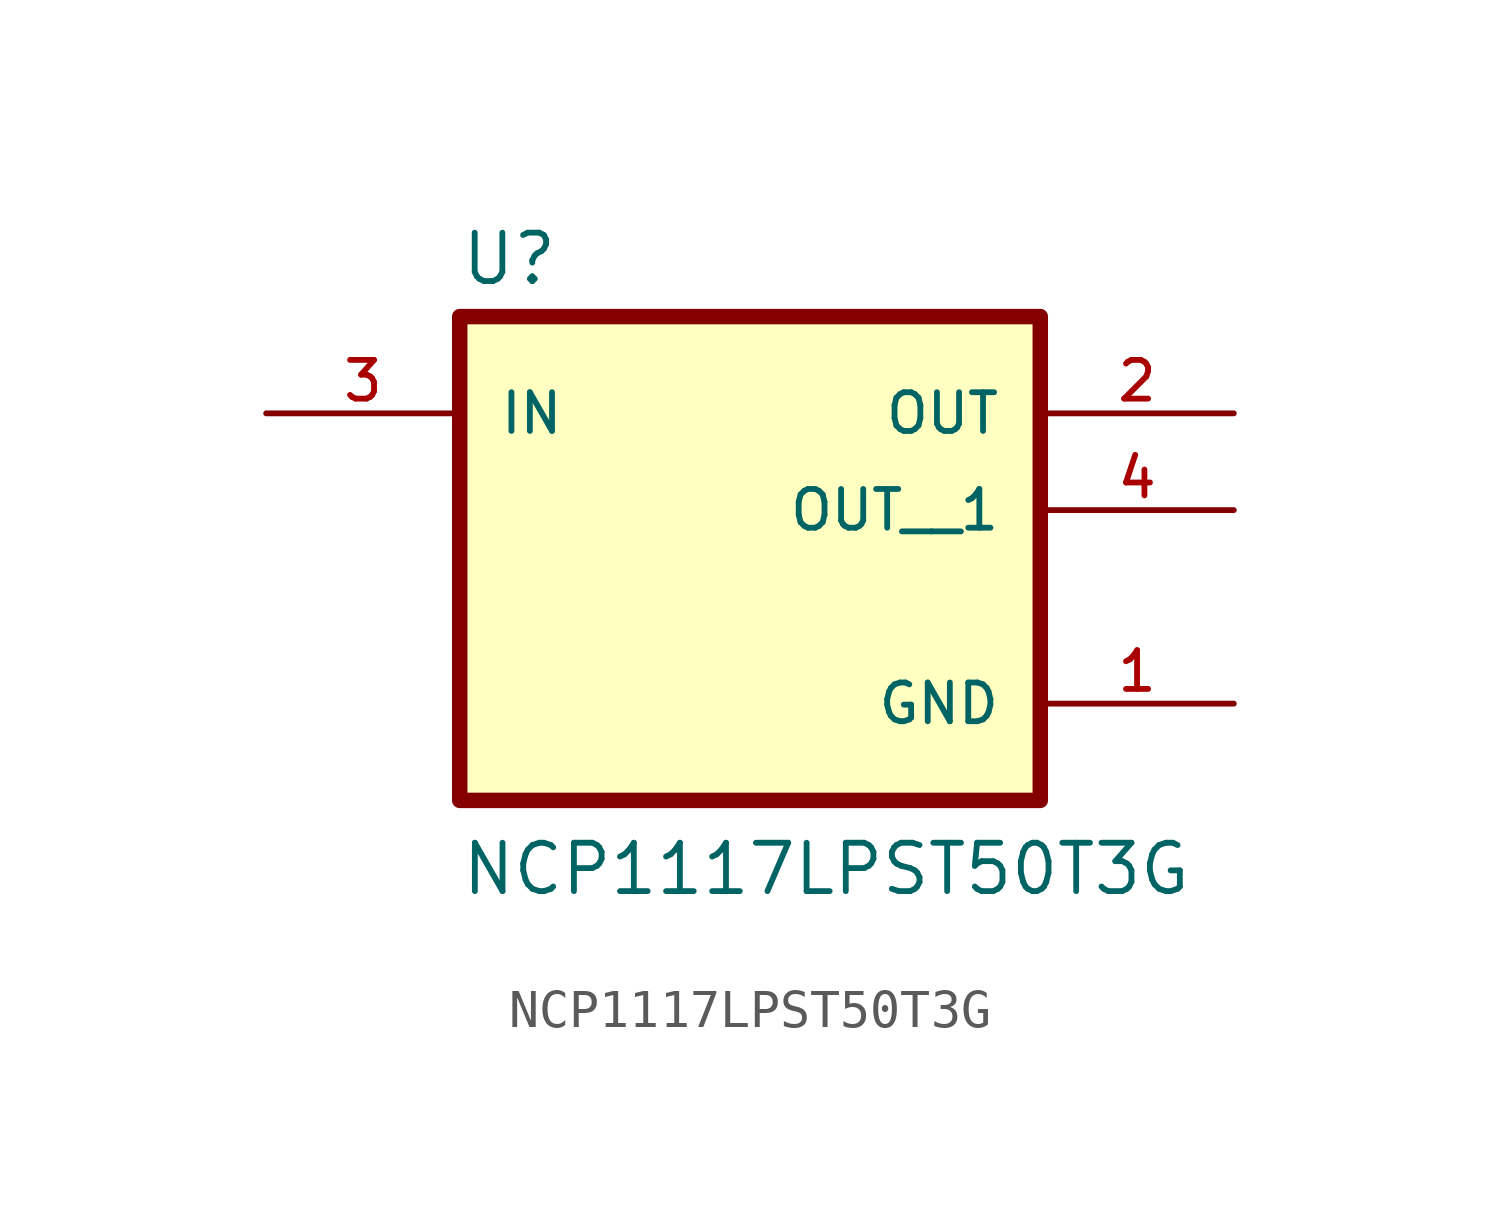
<source format=kicad_sym>
(kicad_symbol_lib
  (version 20211014)
  (generator kicad_symbol_editor)
  (symbol "NCP1117LPST50T3G"
    (pin_names
      (offset 1.016))
    (property "Reference" "U"
      (at -7.629 5.849 0)
      (effects (font (size 1.27 1.27)) (justify bottom left)))
    (property "Value" "NCP1117LPST50T3G"
      (at -7.625 -10.165 0)
      (effects (font (size 1.27 1.27)) (justify bottom left)))
    (symbol "NCP1117LPST50T3G_0_0"
      (rectangle (start -7.62 -7.62) (end 7.62 5.08) (stroke (width 0.406)) (fill (type background)))
      (pin input line (at -12.7 2.54 0) (length 5.08) (name "IN" (effects (font (size 1.016 1.016)))) (number "3" (effects (font (size 1.016 1.016)))))
      (pin output line (at 12.7 2.54 180.0) (length 5.08) (name "OUT" (effects (font (size 1.016 1.016)))) (number "2" (effects (font (size 1.016 1.016)))))
      (pin power_in line (at 12.7 -5.08 180.0) (length 5.08) (name "GND" (effects (font (size 1.016 1.016)))) (number "1" (effects (font (size 1.016 1.016)))))
      (pin output line (at 12.7 0.0 180.0) (length 5.08) (name "OUT__1" (effects (font (size 1.016 1.016)))) (number "4" (effects (font (size 1.016 1.016))))))))
</source>
